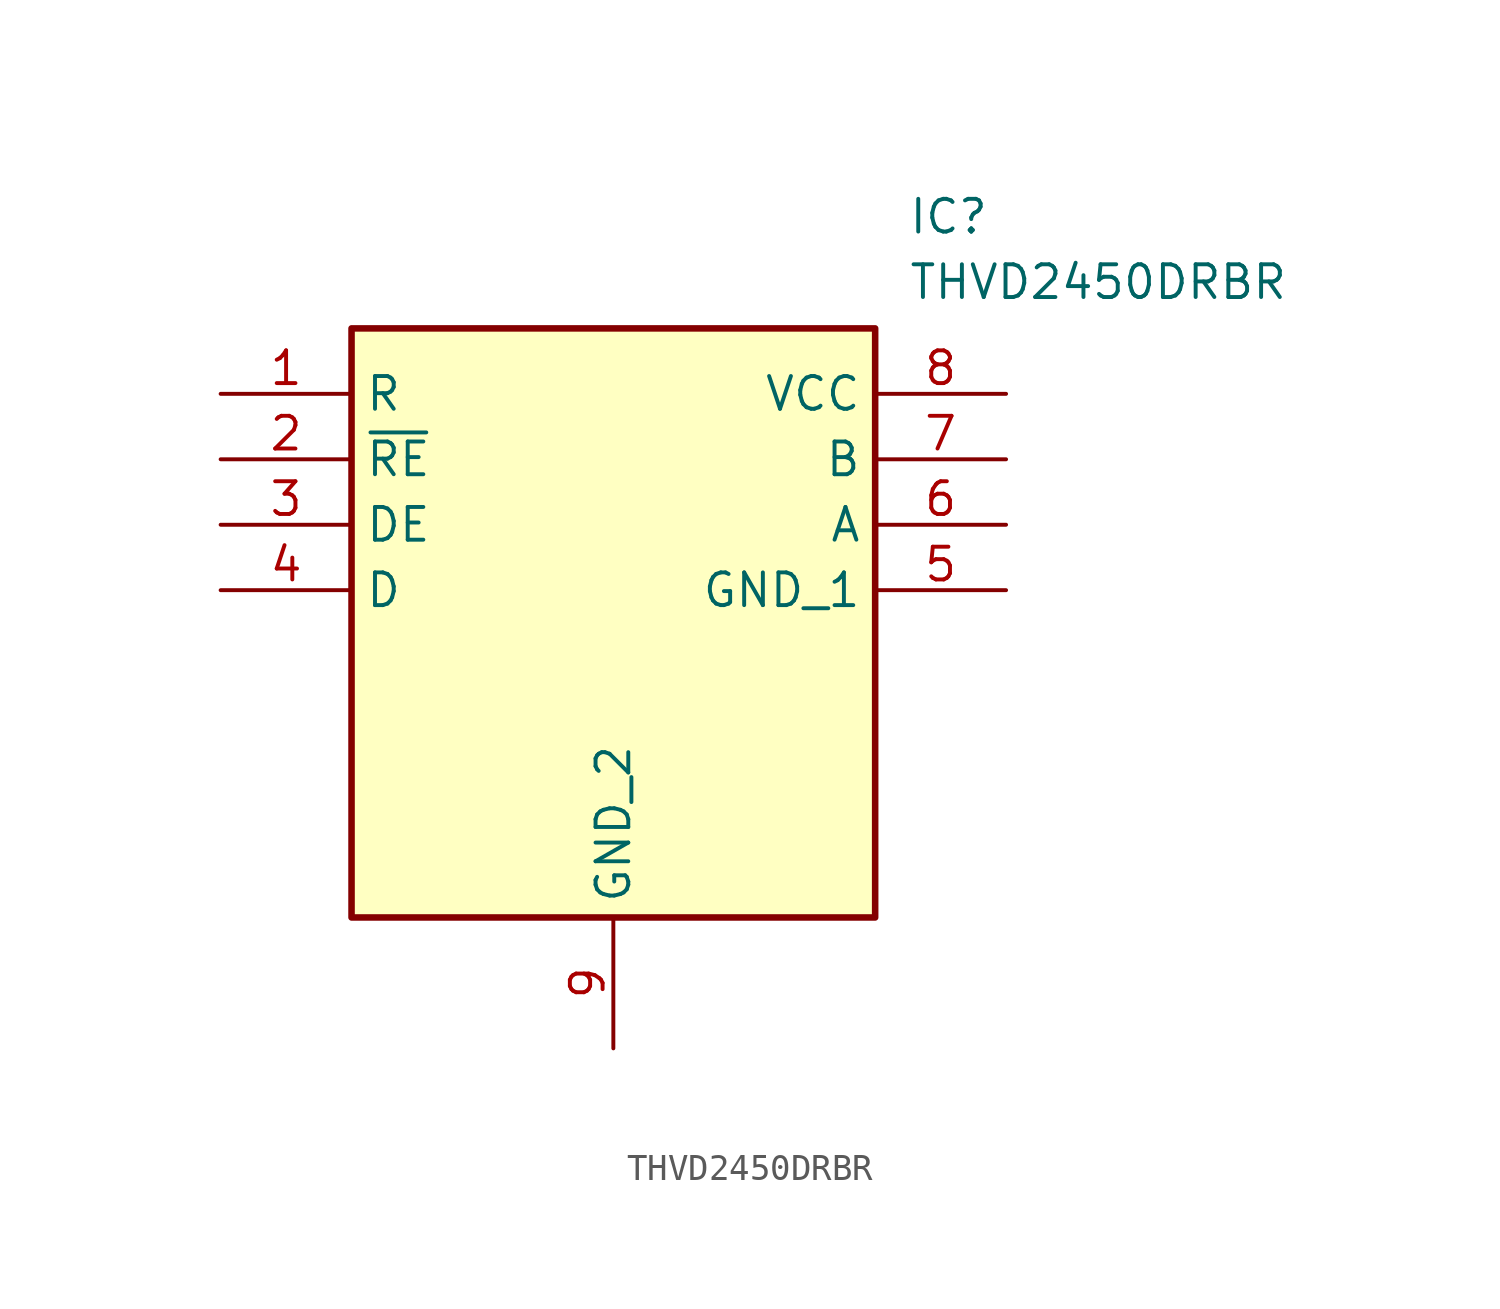
<source format=kicad_sym>
(kicad_symbol_lib
  (version 20211014)
  (generator SamacSys_ECAD_Model)
  (symbol "THVD2450DRBR"
    (property "Reference" "IC"
      (at 26.67 7.62 0)
      (effects (font (size 1.27 1.27)) (justify left top)))
    (property "Value" "THVD2450DRBR"
      (at 26.67 5.08 0)
      (effects (font (size 1.27 1.27)) (justify left top)))
    (rectangle
      (start 5.08 2.54)
      (end 25.4 -20.32)
      (stroke (width 0.254) (type default))
      (fill (type background)))
    (pin output line
      (at 0 0 0)
      (length 5.08)
      (name "R" (effects (font (size 1.27 1.27))))
      (number "1" (effects (font (size 1.27 1.27)))))
    (pin input line
      (at 0 -2.54 0)
      (length 5.08)
      (name "~{RE}" (effects (font (size 1.27 1.27))))
      (number "2" (effects (font (size 1.27 1.27)))))
    (pin input line
      (at 0 -5.08 0)
      (length 5.08)
      (name "DE" (effects (font (size 1.27 1.27))))
      (number "3" (effects (font (size 1.27 1.27)))))
    (pin input line
      (at 0 -7.62 0)
      (length 5.08)
      (name "D" (effects (font (size 1.27 1.27))))
      (number "4" (effects (font (size 1.27 1.27)))))
    (pin power_in line
      (at 15.24 -25.4 90)
      (length 5.08)
      (name "GND_2" (effects (font (size 1.27 1.27))))
      (number "9" (effects (font (size 1.27 1.27)))))
    (pin power_in line
      (at 30.48 0 180)
      (length 5.08)
      (name "VCC" (effects (font (size 1.27 1.27))))
      (number "8" (effects (font (size 1.27 1.27)))))
    (pin bidirectional line
      (at 30.48 -2.54 180)
      (length 5.08)
      (name "B" (effects (font (size 1.27 1.27))))
      (number "7" (effects (font (size 1.27 1.27)))))
    (pin bidirectional line
      (at 30.48 -5.08 180)
      (length 5.08)
      (name "A" (effects (font (size 1.27 1.27))))
      (number "6" (effects (font (size 1.27 1.27)))))
    (pin power_in line
      (at 30.48 -7.62 180)
      (length 5.08)
      (name "GND_1" (effects (font (size 1.27 1.27))))
      (number "5" (effects (font (size 1.27 1.27)))))))
</source>
